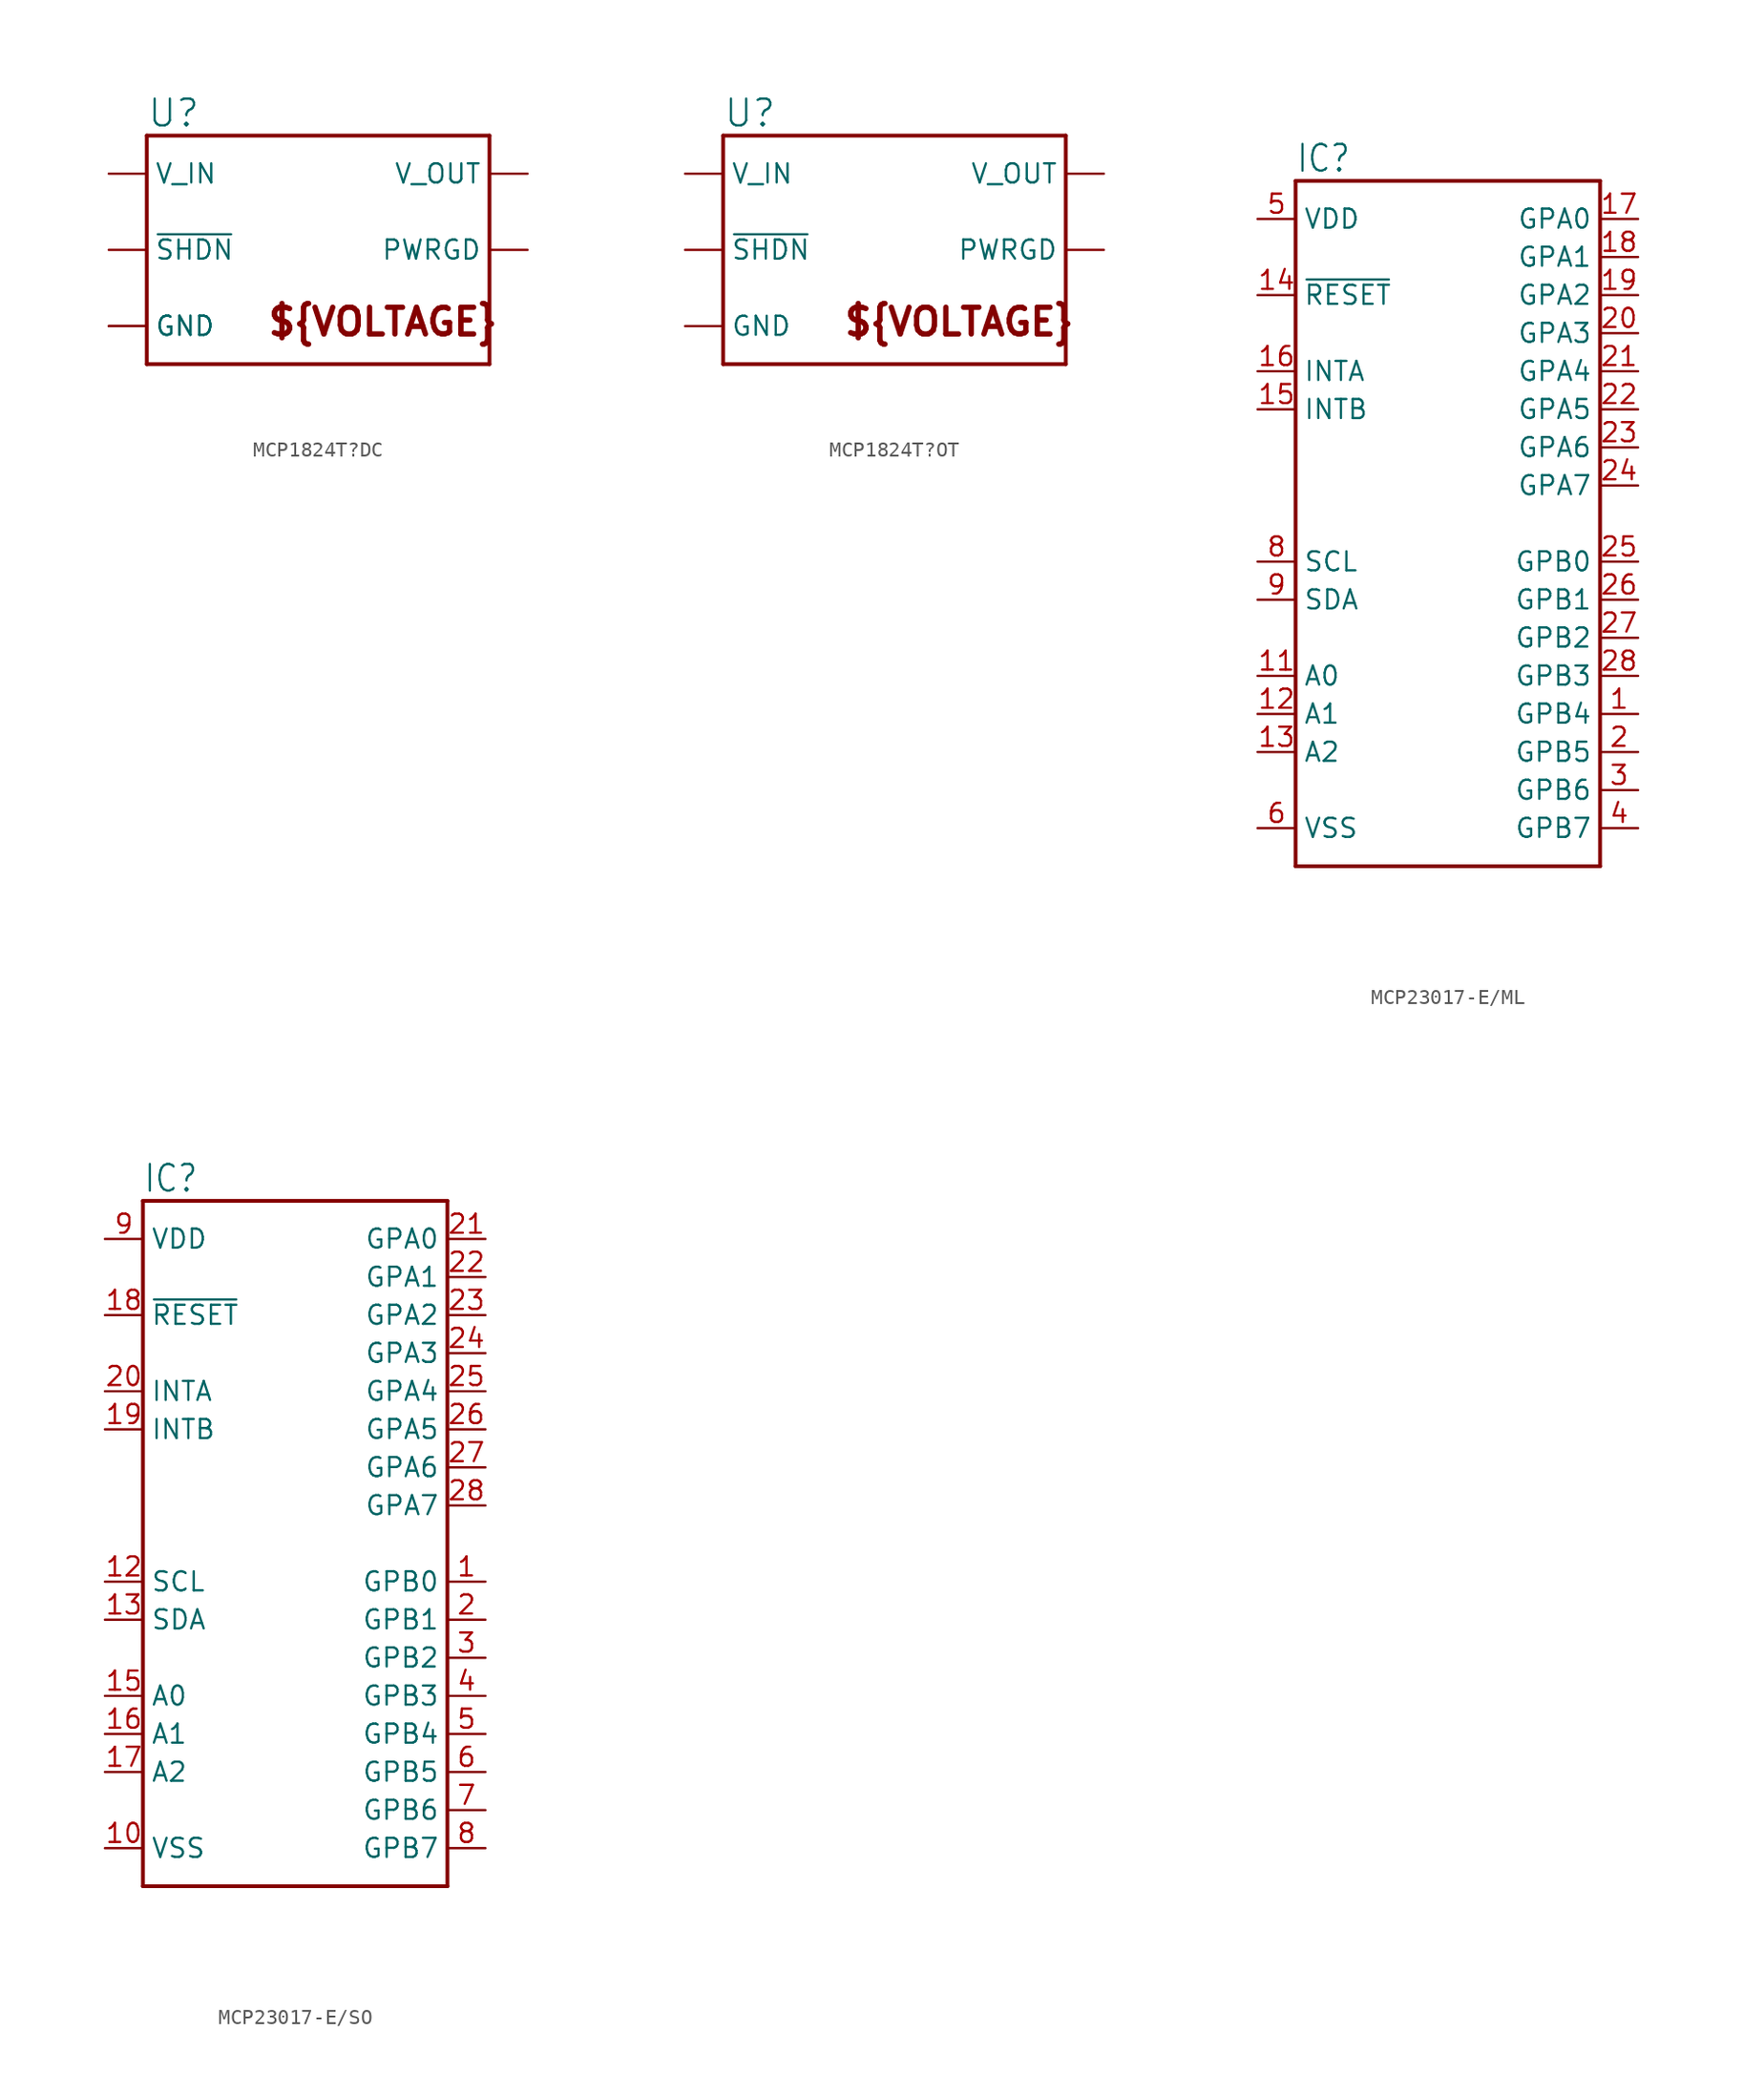
<source format=kicad_sym>
(kicad_symbol_lib
  (version 20220914)
  (generator kicad_symbol_editor)
  (symbol "MCP1824T?DC"
    (property "Reference" "U"
      (at -12.7 10.16 0)
      (effects (font (size 1.778 1.778)) (justify left top)))
    (property "Value" ""
      (at -12.7 -10.16 0)
      (effects (font (size 1.778 1.778)) (justify left bottom)))
    (property "ki_locked" ""
      (at 0 0 0)
      (effects (font (size 1.27 1.27))))
    (symbol "MCP1824T?DC_1_0"
      (polyline (pts (xy -12.7 -7.62) (xy -12.7 7.62)) (stroke (width 0.254) (type solid)) (fill (type none)))
      (polyline (pts (xy -12.7 7.62) (xy 10.16 7.62)) (stroke (width 0.254) (type solid)) (fill (type none)))
      (polyline (pts (xy 10.16 -7.62) (xy -12.7 -7.62)) (stroke (width 0.254) (type solid)) (fill (type none)))
      (polyline (pts (xy 10.16 7.62) (xy 10.16 -7.62)) (stroke (width 0.254) (type solid)) (fill (type none)))
      (text "${VOLTAGE}" (at 3.048 -5.842 0) (effects (font (size 1.778 1.778) (thickness 0.356) bold) (justify bottom)))
      (pin input line (at -15.24 0 0) (length 2.54) (name "~{SHDN}" (effects (font (size 1.27 1.27)))) (number "1" (effects (font (size 0 0)))))
      (pin power_in line (at -15.24 5.08 0) (length 2.54) (name "V_IN" (effects (font (size 1.27 1.27)))) (number "2" (effects (font (size 0 0)))))
      (pin open_collector line (at -15.24 -5.08 0) (length 2.54) (name "GND" (effects (font (size 1.27 1.27)))) (number "3" (effects (font (size 0 0)))))
      (pin output line (at 12.7 0 180) (length 2.54) (name "PWRGD" (effects (font (size 1.27 1.27)))) (number "4" (effects (font (size 0 0)))))
      (pin power_in line (at 12.7 5.08 180) (length 2.54) (name "V_OUT" (effects (font (size 1.27 1.27)))) (number "5" (effects (font (size 0 0)))))
      (pin open_collector line (at -15.24 -5.08 0) (length 2.54) (name "GND" (effects (font (size 1.27 1.27)))) (number "6" (effects (font (size 0 0)))))))
  (symbol "MCP1824T?OT"
    (property "Reference" "U"
      (at -12.7 10.16 0)
      (effects (font (size 1.778 1.778)) (justify left top)))
    (property "Value" ""
      (at -12.7 -10.16 0)
      (effects (font (size 1.778 1.778)) (justify left bottom)))
    (property "ki_locked" ""
      (at 0 0 0)
      (effects (font (size 1.27 1.27))))
    (symbol "MCP1824T?OT_1_0"
      (polyline (pts (xy -12.7 -7.62) (xy -12.7 7.62)) (stroke (width 0.254) (type solid)) (fill (type none)))
      (polyline (pts (xy -12.7 7.62) (xy 10.16 7.62)) (stroke (width 0.254) (type solid)) (fill (type none)))
      (polyline (pts (xy 10.16 -7.62) (xy -12.7 -7.62)) (stroke (width 0.254) (type solid)) (fill (type none)))
      (polyline (pts (xy 10.16 7.62) (xy 10.16 -7.62)) (stroke (width 0.254) (type solid)) (fill (type none)))
      (text "${VOLTAGE}" (at 3.048 -5.842 0) (effects (font (size 1.778 1.778) (thickness 0.356) bold) (justify bottom)))
      (pin power_in line (at -15.24 5.08 0) (length 2.54) (name "V_IN" (effects (font (size 1.27 1.27)))) (number "1" (effects (font (size 0 0)))))
      (pin open_collector line (at -15.24 -5.08 0) (length 2.54) (name "GND" (effects (font (size 1.27 1.27)))) (number "2" (effects (font (size 0 0)))))
      (pin input line (at -15.24 0 0) (length 2.54) (name "~{SHDN}" (effects (font (size 1.27 1.27)))) (number "3" (effects (font (size 0 0)))))
      (pin output line (at 12.7 0 180) (length 2.54) (name "PWRGD" (effects (font (size 1.27 1.27)))) (number "4" (effects (font (size 0 0)))))
      (pin power_in line (at 12.7 5.08 180) (length 2.54) (name "V_OUT" (effects (font (size 1.27 1.27)))) (number "5" (effects (font (size 0 0)))))))
  (symbol "MCP23017-E/ML"
    (property "Reference" "IC"
      (at -10.16 25.4 0)
      (effects (font (size 1.778 1.511)) (justify left top)))
    (property "Value" ""
      (at -10.16 -25.4 0)
      (effects (font (size 1.778 1.511)) (justify left bottom)))
    (property "ki_locked" ""
      (at 0 0 0)
      (effects (font (size 1.27 1.27))))
    (symbol "MCP23017-E/ML_1_0"
      (polyline (pts (xy -10.16 -22.86) (xy -10.16 22.86)) (stroke (width 0.254) (type solid)) (fill (type none)))
      (polyline (pts (xy -10.16 22.86) (xy 10.16 22.86)) (stroke (width 0.254) (type solid)) (fill (type none)))
      (polyline (pts (xy 10.16 -22.86) (xy -10.16 -22.86)) (stroke (width 0.254) (type solid)) (fill (type none)))
      (polyline (pts (xy 10.16 22.86) (xy 10.16 -22.86)) (stroke (width 0.254) (type solid)) (fill (type none)))
      (pin bidirectional line (at 12.7 -12.7 180) (length 2.54) (name "GPB4" (effects (font (size 1.27 1.27)))) (number "1" (effects (font (size 1.27 1.27)))))
      (pin input line (at -12.7 -10.16 0) (length 2.54) (name "A0" (effects (font (size 1.27 1.27)))) (number "11" (effects (font (size 1.27 1.27)))))
      (pin input line (at -12.7 -12.7 0) (length 2.54) (name "A1" (effects (font (size 1.27 1.27)))) (number "12" (effects (font (size 1.27 1.27)))))
      (pin input line (at -12.7 -15.24 0) (length 2.54) (name "A2" (effects (font (size 1.27 1.27)))) (number "13" (effects (font (size 1.27 1.27)))))
      (pin input line (at -12.7 15.24 0) (length 2.54) (name "~{RESET}" (effects (font (size 1.27 1.27)))) (number "14" (effects (font (size 1.27 1.27)))))
      (pin output line (at -12.7 7.62 0) (length 2.54) (name "INTB" (effects (font (size 1.27 1.27)))) (number "15" (effects (font (size 1.27 1.27)))))
      (pin output line (at -12.7 10.16 0) (length 2.54) (name "INTA" (effects (font (size 1.27 1.27)))) (number "16" (effects (font (size 1.27 1.27)))))
      (pin bidirectional line (at 12.7 20.32 180) (length 2.54) (name "GPA0" (effects (font (size 1.27 1.27)))) (number "17" (effects (font (size 1.27 1.27)))))
      (pin bidirectional line (at 12.7 17.78 180) (length 2.54) (name "GPA1" (effects (font (size 1.27 1.27)))) (number "18" (effects (font (size 1.27 1.27)))))
      (pin bidirectional line (at 12.7 15.24 180) (length 2.54) (name "GPA2" (effects (font (size 1.27 1.27)))) (number "19" (effects (font (size 1.27 1.27)))))
      (pin bidirectional line (at 12.7 -15.24 180) (length 2.54) (name "GPB5" (effects (font (size 1.27 1.27)))) (number "2" (effects (font (size 1.27 1.27)))))
      (pin bidirectional line (at 12.7 12.7 180) (length 2.54) (name "GPA3" (effects (font (size 1.27 1.27)))) (number "20" (effects (font (size 1.27 1.27)))))
      (pin bidirectional line (at 12.7 10.16 180) (length 2.54) (name "GPA4" (effects (font (size 1.27 1.27)))) (number "21" (effects (font (size 1.27 1.27)))))
      (pin bidirectional line (at 12.7 7.62 180) (length 2.54) (name "GPA5" (effects (font (size 1.27 1.27)))) (number "22" (effects (font (size 1.27 1.27)))))
      (pin bidirectional line (at 12.7 5.08 180) (length 2.54) (name "GPA6" (effects (font (size 1.27 1.27)))) (number "23" (effects (font (size 1.27 1.27)))))
      (pin bidirectional line (at 12.7 2.54 180) (length 2.54) (name "GPA7" (effects (font (size 1.27 1.27)))) (number "24" (effects (font (size 1.27 1.27)))))
      (pin bidirectional line (at 12.7 -2.54 180) (length 2.54) (name "GPB0" (effects (font (size 1.27 1.27)))) (number "25" (effects (font (size 1.27 1.27)))))
      (pin bidirectional line (at 12.7 -5.08 180) (length 2.54) (name "GPB1" (effects (font (size 1.27 1.27)))) (number "26" (effects (font (size 1.27 1.27)))))
      (pin bidirectional line (at 12.7 -7.62 180) (length 2.54) (name "GPB2" (effects (font (size 1.27 1.27)))) (number "27" (effects (font (size 1.27 1.27)))))
      (pin bidirectional line (at 12.7 -10.16 180) (length 2.54) (name "GPB3" (effects (font (size 1.27 1.27)))) (number "28" (effects (font (size 1.27 1.27)))))
      (pin bidirectional line (at 12.7 -17.78 180) (length 2.54) (name "GPB6" (effects (font (size 1.27 1.27)))) (number "3" (effects (font (size 1.27 1.27)))))
      (pin bidirectional line (at 12.7 -20.32 180) (length 2.54) (name "GPB7" (effects (font (size 1.27 1.27)))) (number "4" (effects (font (size 1.27 1.27)))))
      (pin power_in line (at -12.7 20.32 0) (length 2.54) (name "VDD" (effects (font (size 1.27 1.27)))) (number "5" (effects (font (size 1.27 1.27)))))
      (pin power_in line (at -12.7 -20.32 0) (length 2.54) (name "VSS" (effects (font (size 1.27 1.27)))) (number "6" (effects (font (size 1.27 1.27)))))
      (pin input line (at -12.7 -2.54 0) (length 2.54) (name "SCL" (effects (font (size 1.27 1.27)))) (number "8" (effects (font (size 1.27 1.27)))))
      (pin bidirectional line (at -12.7 -5.08 0) (length 2.54) (name "SDA" (effects (font (size 1.27 1.27)))) (number "9" (effects (font (size 1.27 1.27)))))))
  (symbol "MCP23017-E/SO"
    (property "Reference" "IC"
      (at -10.16 25.4 0)
      (effects (font (size 1.778 1.511)) (justify left top)))
    (property "Value" ""
      (at -10.16 -25.4 0)
      (effects (font (size 1.778 1.511)) (justify left bottom)))
    (property "ki_locked" ""
      (at 0 0 0)
      (effects (font (size 1.27 1.27))))
    (symbol "MCP23017-E/SO_1_0"
      (polyline (pts (xy -10.16 -22.86) (xy -10.16 22.86)) (stroke (width 0.254) (type solid)) (fill (type none)))
      (polyline (pts (xy -10.16 22.86) (xy 10.16 22.86)) (stroke (width 0.254) (type solid)) (fill (type none)))
      (polyline (pts (xy 10.16 -22.86) (xy -10.16 -22.86)) (stroke (width 0.254) (type solid)) (fill (type none)))
      (polyline (pts (xy 10.16 22.86) (xy 10.16 -22.86)) (stroke (width 0.254) (type solid)) (fill (type none)))
      (pin bidirectional line (at 12.7 -2.54 180) (length 2.54) (name "GPB0" (effects (font (size 1.27 1.27)))) (number "1" (effects (font (size 1.27 1.27)))))
      (pin power_in line (at -12.7 -20.32 0) (length 2.54) (name "VSS" (effects (font (size 1.27 1.27)))) (number "10" (effects (font (size 1.27 1.27)))))
      (pin input line (at -12.7 -2.54 0) (length 2.54) (name "SCL" (effects (font (size 1.27 1.27)))) (number "12" (effects (font (size 1.27 1.27)))))
      (pin bidirectional line (at -12.7 -5.08 0) (length 2.54) (name "SDA" (effects (font (size 1.27 1.27)))) (number "13" (effects (font (size 1.27 1.27)))))
      (pin input line (at -12.7 -10.16 0) (length 2.54) (name "A0" (effects (font (size 1.27 1.27)))) (number "15" (effects (font (size 1.27 1.27)))))
      (pin input line (at -12.7 -12.7 0) (length 2.54) (name "A1" (effects (font (size 1.27 1.27)))) (number "16" (effects (font (size 1.27 1.27)))))
      (pin input line (at -12.7 -15.24 0) (length 2.54) (name "A2" (effects (font (size 1.27 1.27)))) (number "17" (effects (font (size 1.27 1.27)))))
      (pin input line (at -12.7 15.24 0) (length 2.54) (name "~{RESET}" (effects (font (size 1.27 1.27)))) (number "18" (effects (font (size 1.27 1.27)))))
      (pin output line (at -12.7 7.62 0) (length 2.54) (name "INTB" (effects (font (size 1.27 1.27)))) (number "19" (effects (font (size 1.27 1.27)))))
      (pin bidirectional line (at 12.7 -5.08 180) (length 2.54) (name "GPB1" (effects (font (size 1.27 1.27)))) (number "2" (effects (font (size 1.27 1.27)))))
      (pin output line (at -12.7 10.16 0) (length 2.54) (name "INTA" (effects (font (size 1.27 1.27)))) (number "20" (effects (font (size 1.27 1.27)))))
      (pin bidirectional line (at 12.7 20.32 180) (length 2.54) (name "GPA0" (effects (font (size 1.27 1.27)))) (number "21" (effects (font (size 1.27 1.27)))))
      (pin bidirectional line (at 12.7 17.78 180) (length 2.54) (name "GPA1" (effects (font (size 1.27 1.27)))) (number "22" (effects (font (size 1.27 1.27)))))
      (pin bidirectional line (at 12.7 15.24 180) (length 2.54) (name "GPA2" (effects (font (size 1.27 1.27)))) (number "23" (effects (font (size 1.27 1.27)))))
      (pin bidirectional line (at 12.7 12.7 180) (length 2.54) (name "GPA3" (effects (font (size 1.27 1.27)))) (number "24" (effects (font (size 1.27 1.27)))))
      (pin bidirectional line (at 12.7 10.16 180) (length 2.54) (name "GPA4" (effects (font (size 1.27 1.27)))) (number "25" (effects (font (size 1.27 1.27)))))
      (pin bidirectional line (at 12.7 7.62 180) (length 2.54) (name "GPA5" (effects (font (size 1.27 1.27)))) (number "26" (effects (font (size 1.27 1.27)))))
      (pin bidirectional line (at 12.7 5.08 180) (length 2.54) (name "GPA6" (effects (font (size 1.27 1.27)))) (number "27" (effects (font (size 1.27 1.27)))))
      (pin bidirectional line (at 12.7 2.54 180) (length 2.54) (name "GPA7" (effects (font (size 1.27 1.27)))) (number "28" (effects (font (size 1.27 1.27)))))
      (pin bidirectional line (at 12.7 -7.62 180) (length 2.54) (name "GPB2" (effects (font (size 1.27 1.27)))) (number "3" (effects (font (size 1.27 1.27)))))
      (pin bidirectional line (at 12.7 -10.16 180) (length 2.54) (name "GPB3" (effects (font (size 1.27 1.27)))) (number "4" (effects (font (size 1.27 1.27)))))
      (pin bidirectional line (at 12.7 -12.7 180) (length 2.54) (name "GPB4" (effects (font (size 1.27 1.27)))) (number "5" (effects (font (size 1.27 1.27)))))
      (pin bidirectional line (at 12.7 -15.24 180) (length 2.54) (name "GPB5" (effects (font (size 1.27 1.27)))) (number "6" (effects (font (size 1.27 1.27)))))
      (pin bidirectional line (at 12.7 -17.78 180) (length 2.54) (name "GPB6" (effects (font (size 1.27 1.27)))) (number "7" (effects (font (size 1.27 1.27)))))
      (pin bidirectional line (at 12.7 -20.32 180) (length 2.54) (name "GPB7" (effects (font (size 1.27 1.27)))) (number "8" (effects (font (size 1.27 1.27)))))
      (pin power_in line (at -12.7 20.32 0) (length 2.54) (name "VDD" (effects (font (size 1.27 1.27)))) (number "9" (effects (font (size 1.27 1.27))))))))
</source>
